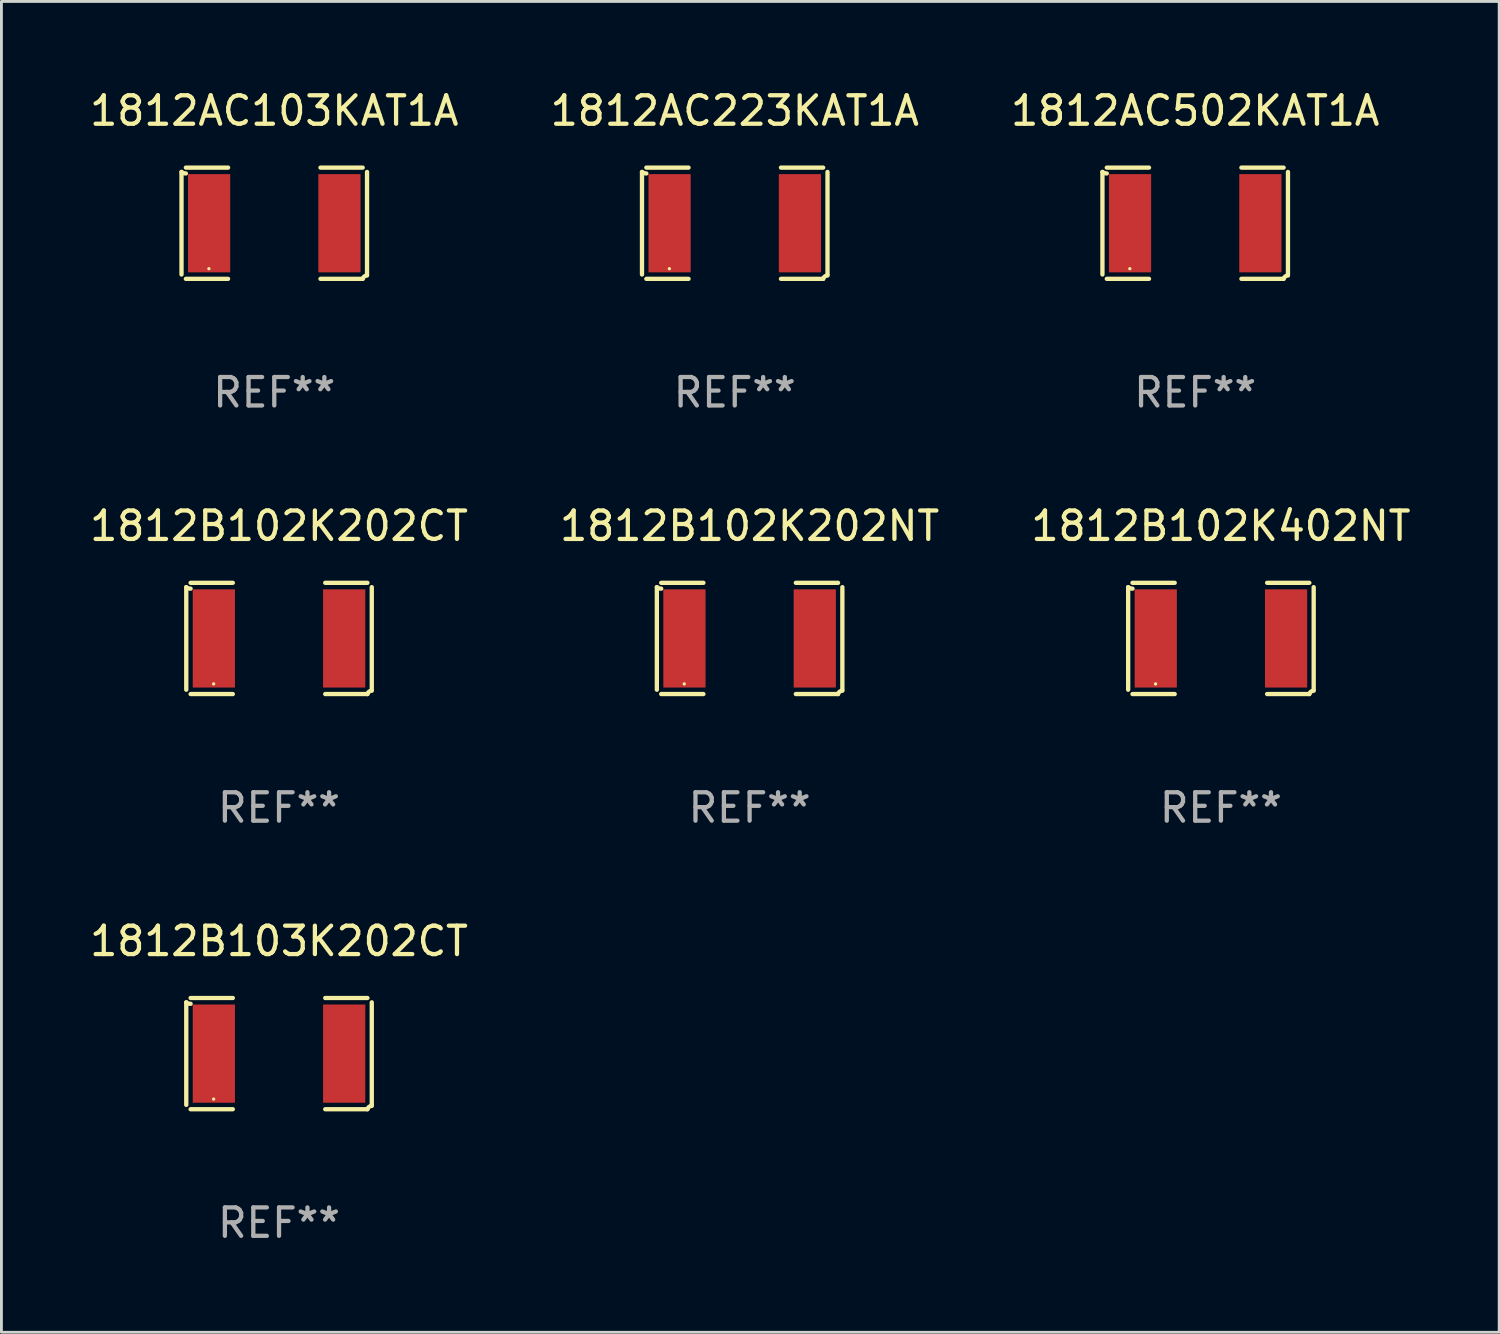
<source format=kicad_pcb>
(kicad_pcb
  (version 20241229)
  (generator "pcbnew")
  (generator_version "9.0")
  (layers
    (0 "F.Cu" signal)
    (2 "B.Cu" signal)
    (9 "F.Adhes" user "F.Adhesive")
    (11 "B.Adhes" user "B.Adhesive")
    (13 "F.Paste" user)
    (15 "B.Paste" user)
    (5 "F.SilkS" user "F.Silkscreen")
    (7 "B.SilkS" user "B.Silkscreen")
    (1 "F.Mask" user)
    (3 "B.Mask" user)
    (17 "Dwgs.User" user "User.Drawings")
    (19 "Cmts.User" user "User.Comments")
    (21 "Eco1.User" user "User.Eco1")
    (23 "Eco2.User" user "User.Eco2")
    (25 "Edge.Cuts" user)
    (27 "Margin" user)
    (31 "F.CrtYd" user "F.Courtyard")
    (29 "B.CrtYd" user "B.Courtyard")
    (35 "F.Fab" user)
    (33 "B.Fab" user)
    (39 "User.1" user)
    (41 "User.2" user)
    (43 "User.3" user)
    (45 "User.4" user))
  (footprint "1812B102K202NT"
    (layer "F.Cu")
    (at 23.327 19.415)
    (property "Reference" "1812B102K202NT" (at 0 -3.957 0) (layer "F.SilkS") (effects (font (size 1 1) (thickness 0.15))))
    (attr through_hole)
    (fp_line (start -3.264 1.804) (end -3.264 -1.804) (stroke (width 0.152) (type solid)) (layer "F.SilkS"))
    (fp_line (start -3.111 -1.957) (end -1.626 -1.957) (stroke (width 0.152) (type solid)) (layer "F.SilkS"))
    (fp_line (start -1.626 1.957) (end -3.111 1.957) (stroke (width 0.152) (type solid)) (layer "F.SilkS"))
    (fp_line (start 1.626 1.957) (end 3.111 1.957) (stroke (width 0.152) (type solid)) (layer "F.SilkS"))
    (fp_line (start 3.111 -1.957) (end 1.626 -1.957) (stroke (width 0.152) (type solid)) (layer "F.SilkS"))
    (fp_line (start 3.264 1.804) (end 3.264 -1.804) (stroke (width 0.152) (type solid)) (layer "F.SilkS"))
    (fp_arc (start -3.111202 -1.752192) (mid -3.191715 -1.76555) (end -3.263602 -1.804191) (stroke (width 0.1524) (type solid)) (layer "F.SilkS"))
    (fp_arc (start 3.111201 1.956591) (mid 3.167789 1.872777) (end 3.263602 1.840424) (stroke (width 0.1524) (type solid)) (layer "F.SilkS"))
    (fp_circle (center -2.3 1.6) (end -2.27 1.6) (stroke (width 0.06) (type solid)) (fill no) (layer "F.SilkS"))
    (fp_text user "REF**" (at 0 5.957 0) (layer "F.Fab") (effects (font (size 1 1) (thickness 0.15))))
    (pad "1" smd rect (at -2.293 0) (size 1.485 3.456) (layers "F.Cu" "F.Mask" "F.Paste"))
    (pad "2" smd rect (at 2.293 0) (size 1.485 3.456) (layers "F.Cu" "F.Mask" "F.Paste")))
  (footprint "1812B102K202CT"
    (layer "F.Cu")
    (at 6.768 19.415)
    (property "Reference" "1812B102K202CT" (at 0 -3.957 0) (layer "F.SilkS") (effects (font (size 1 1) (thickness 0.15))))
    (attr through_hole)
    (fp_line (start -3.264 1.804) (end -3.264 -1.804) (stroke (width 0.152) (type solid)) (layer "F.SilkS"))
    (fp_line (start -3.111 -1.957) (end -1.626 -1.957) (stroke (width 0.152) (type solid)) (layer "F.SilkS"))
    (fp_line (start -1.626 1.957) (end -3.111 1.957) (stroke (width 0.152) (type solid)) (layer "F.SilkS"))
    (fp_line (start 1.626 1.957) (end 3.111 1.957) (stroke (width 0.152) (type solid)) (layer "F.SilkS"))
    (fp_line (start 3.111 -1.957) (end 1.626 -1.957) (stroke (width 0.152) (type solid)) (layer "F.SilkS"))
    (fp_line (start 3.264 1.804) (end 3.264 -1.804) (stroke (width 0.152) (type solid)) (layer "F.SilkS"))
    (fp_arc (start -3.111202 -1.752192) (mid -3.191715 -1.76555) (end -3.263602 -1.804191) (stroke (width 0.1524) (type solid)) (layer "F.SilkS"))
    (fp_arc (start 3.111201 1.956591) (mid 3.167789 1.872777) (end 3.263602 1.840424) (stroke (width 0.1524) (type solid)) (layer "F.SilkS"))
    (fp_circle (center -2.3 1.6) (end -2.27 1.6) (stroke (width 0.06) (type solid)) (fill no) (layer "F.SilkS"))
    (fp_text user "REF**" (at 0 5.957 0) (layer "F.Fab") (effects (font (size 1 1) (thickness 0.15))))
    (pad "1" smd rect (at -2.293 0) (size 1.485 3.456) (layers "F.Cu" "F.Mask" "F.Paste"))
    (pad "2" smd rect (at 2.293 0) (size 1.485 3.456) (layers "F.Cu" "F.Mask" "F.Paste")))
  (footprint "1812AC223KAT1A"
    (layer "F.Cu")
    (at 22.804 4.805)
    (property "Reference" "1812AC223KAT1A" (at 0 -3.957 0) (layer "F.SilkS") (effects (font (size 1 1) (thickness 0.15))))
    (attr through_hole)
    (fp_line (start -3.264 1.804) (end -3.264 -1.804) (stroke (width 0.152) (type solid)) (layer "F.SilkS"))
    (fp_line (start -3.111 -1.957) (end -1.626 -1.957) (stroke (width 0.152) (type solid)) (layer "F.SilkS"))
    (fp_line (start -1.626 1.957) (end -3.111 1.957) (stroke (width 0.152) (type solid)) (layer "F.SilkS"))
    (fp_line (start 1.626 1.957) (end 3.111 1.957) (stroke (width 0.152) (type solid)) (layer "F.SilkS"))
    (fp_line (start 3.111 -1.957) (end 1.626 -1.957) (stroke (width 0.152) (type solid)) (layer "F.SilkS"))
    (fp_line (start 3.264 1.804) (end 3.264 -1.804) (stroke (width 0.152) (type solid)) (layer "F.SilkS"))
    (fp_arc (start -3.111202 -1.752192) (mid -3.191715 -1.76555) (end -3.263602 -1.804191) (stroke (width 0.1524) (type solid)) (layer "F.SilkS"))
    (fp_arc (start 3.111201 1.956591) (mid 3.167789 1.872777) (end 3.263602 1.840424) (stroke (width 0.1524) (type solid)) (layer "F.SilkS"))
    (fp_circle (center -2.3 1.6) (end -2.27 1.6) (stroke (width 0.06) (type solid)) (fill no) (layer "F.SilkS"))
    (fp_text user "REF**" (at 0 5.957 0) (layer "F.Fab") (effects (font (size 1 1) (thickness 0.15))))
    (pad "1" smd rect (at -2.293 0) (size 1.485 3.456) (layers "F.Cu" "F.Mask" "F.Paste"))
    (pad "2" smd rect (at 2.293 0) (size 1.485 3.456) (layers "F.Cu" "F.Mask" "F.Paste")))
  (footprint "1812AC502KAT1A"
    (layer "F.Cu")
    (at 39.006 4.805)
    (property "Reference" "1812AC502KAT1A" (at 0 -3.957 0) (layer "F.SilkS") (effects (font (size 1 1) (thickness 0.15))))
    (attr through_hole)
    (fp_line (start -3.264 1.804) (end -3.264 -1.804) (stroke (width 0.152) (type solid)) (layer "F.SilkS"))
    (fp_line (start -3.111 -1.957) (end -1.626 -1.957) (stroke (width 0.152) (type solid)) (layer "F.SilkS"))
    (fp_line (start -1.626 1.957) (end -3.111 1.957) (stroke (width 0.152) (type solid)) (layer "F.SilkS"))
    (fp_line (start 1.626 1.957) (end 3.111 1.957) (stroke (width 0.152) (type solid)) (layer "F.SilkS"))
    (fp_line (start 3.111 -1.957) (end 1.626 -1.957) (stroke (width 0.152) (type solid)) (layer "F.SilkS"))
    (fp_line (start 3.264 1.804) (end 3.264 -1.804) (stroke (width 0.152) (type solid)) (layer "F.SilkS"))
    (fp_arc (start -3.111202 -1.752192) (mid -3.191715 -1.76555) (end -3.263602 -1.804191) (stroke (width 0.1524) (type solid)) (layer "F.SilkS"))
    (fp_arc (start 3.111201 1.956591) (mid 3.167789 1.872777) (end 3.263602 1.840424) (stroke (width 0.1524) (type solid)) (layer "F.SilkS"))
    (fp_circle (center -2.3 1.6) (end -2.27 1.6) (stroke (width 0.06) (type solid)) (fill no) (layer "F.SilkS"))
    (fp_text user "REF**" (at 0 5.957 0) (layer "F.Fab") (effects (font (size 1 1) (thickness 0.15))))
    (pad "1" smd rect (at -2.293 0) (size 1.485 3.456) (layers "F.Cu" "F.Mask" "F.Paste"))
    (pad "2" smd rect (at 2.293 0) (size 1.485 3.456) (layers "F.Cu" "F.Mask" "F.Paste")))
  (footprint "1812B103K202CT"
    (layer "F.Cu")
    (at 6.768 34.024)
    (property "Reference" "1812B103K202CT" (at 0 -3.957 0) (layer "F.SilkS") (effects (font (size 1 1) (thickness 0.15))))
    (attr through_hole)
    (fp_line (start -3.264 1.804) (end -3.264 -1.804) (stroke (width 0.152) (type solid)) (layer "F.SilkS"))
    (fp_line (start -3.111 -1.957) (end -1.626 -1.957) (stroke (width 0.152) (type solid)) (layer "F.SilkS"))
    (fp_line (start -1.626 1.957) (end -3.111 1.957) (stroke (width 0.152) (type solid)) (layer "F.SilkS"))
    (fp_line (start 1.626 1.957) (end 3.111 1.957) (stroke (width 0.152) (type solid)) (layer "F.SilkS"))
    (fp_line (start 3.111 -1.957) (end 1.626 -1.957) (stroke (width 0.152) (type solid)) (layer "F.SilkS"))
    (fp_line (start 3.264 1.804) (end 3.264 -1.804) (stroke (width 0.152) (type solid)) (layer "F.SilkS"))
    (fp_arc (start -3.111202 -1.752192) (mid -3.191715 -1.76555) (end -3.263602 -1.804191) (stroke (width 0.1524) (type solid)) (layer "F.SilkS"))
    (fp_arc (start 3.111201 1.956591) (mid 3.167789 1.872777) (end 3.263602 1.840424) (stroke (width 0.1524) (type solid)) (layer "F.SilkS"))
    (fp_circle (center -2.3 1.6) (end -2.27 1.6) (stroke (width 0.06) (type solid)) (fill no) (layer "F.SilkS"))
    (fp_text user "REF**" (at 0 5.957 0) (layer "F.Fab") (effects (font (size 1 1) (thickness 0.15))))
    (pad "1" smd rect (at -2.293 0) (size 1.485 3.456) (layers "F.Cu" "F.Mask" "F.Paste"))
    (pad "2" smd rect (at 2.293 0) (size 1.485 3.456) (layers "F.Cu" "F.Mask" "F.Paste")))
  (footprint "1812B102K402NT"
    (layer "F.Cu")
    (at 39.911 19.415)
    (property "Reference" "1812B102K402NT" (at 0 -3.957 0) (layer "F.SilkS") (effects (font (size 1 1) (thickness 0.15))))
    (attr through_hole)
    (fp_line (start -3.264 1.804) (end -3.264 -1.804) (stroke (width 0.152) (type solid)) (layer "F.SilkS"))
    (fp_line (start -3.111 -1.957) (end -1.626 -1.957) (stroke (width 0.152) (type solid)) (layer "F.SilkS"))
    (fp_line (start -1.626 1.957) (end -3.111 1.957) (stroke (width 0.152) (type solid)) (layer "F.SilkS"))
    (fp_line (start 1.626 1.957) (end 3.111 1.957) (stroke (width 0.152) (type solid)) (layer "F.SilkS"))
    (fp_line (start 3.111 -1.957) (end 1.626 -1.957) (stroke (width 0.152) (type solid)) (layer "F.SilkS"))
    (fp_line (start 3.264 1.804) (end 3.264 -1.804) (stroke (width 0.152) (type solid)) (layer "F.SilkS"))
    (fp_arc (start -3.111202 -1.752192) (mid -3.191715 -1.76555) (end -3.263602 -1.804191) (stroke (width 0.1524) (type solid)) (layer "F.SilkS"))
    (fp_arc (start 3.111201 1.956591) (mid 3.167789 1.872777) (end 3.263602 1.840424) (stroke (width 0.1524) (type solid)) (layer "F.SilkS"))
    (fp_circle (center -2.3 1.6) (end -2.27 1.6) (stroke (width 0.06) (type solid)) (fill no) (layer "F.SilkS"))
    (fp_text user "REF**" (at 0 5.957 0) (layer "F.Fab") (effects (font (size 1 1) (thickness 0.15))))
    (pad "1" smd rect (at -2.293 0) (size 1.485 3.456) (layers "F.Cu" "F.Mask" "F.Paste"))
    (pad "2" smd rect (at 2.293 0) (size 1.485 3.456) (layers "F.Cu" "F.Mask" "F.Paste")))
  (footprint "1812AC103KAT1A"
    (layer "F.Cu")
    (at 6.601 4.805)
    (property "Reference" "1812AC103KAT1A" (at 0 -3.957 0) (layer "F.SilkS") (effects (font (size 1 1) (thickness 0.15))))
    (attr through_hole)
    (fp_line (start -3.264 1.804) (end -3.264 -1.804) (stroke (width 0.152) (type solid)) (layer "F.SilkS"))
    (fp_line (start -3.111 -1.957) (end -1.626 -1.957) (stroke (width 0.152) (type solid)) (layer "F.SilkS"))
    (fp_line (start -1.626 1.957) (end -3.111 1.957) (stroke (width 0.152) (type solid)) (layer "F.SilkS"))
    (fp_line (start 1.626 1.957) (end 3.111 1.957) (stroke (width 0.152) (type solid)) (layer "F.SilkS"))
    (fp_line (start 3.111 -1.957) (end 1.626 -1.957) (stroke (width 0.152) (type solid)) (layer "F.SilkS"))
    (fp_line (start 3.264 1.804) (end 3.264 -1.804) (stroke (width 0.152) (type solid)) (layer "F.SilkS"))
    (fp_arc (start -3.111202 -1.752192) (mid -3.191715 -1.76555) (end -3.263602 -1.804191) (stroke (width 0.1524) (type solid)) (layer "F.SilkS"))
    (fp_arc (start 3.111201 1.956591) (mid 3.167789 1.872777) (end 3.263602 1.840424) (stroke (width 0.1524) (type solid)) (layer "F.SilkS"))
    (fp_circle (center -2.3 1.6) (end -2.27 1.6) (stroke (width 0.06) (type solid)) (fill no) (layer "F.SilkS"))
    (fp_text user "REF**" (at 0 5.957 0) (layer "F.Fab") (effects (font (size 1 1) (thickness 0.15))))
    (pad "1" smd rect (at -2.293 0) (size 1.485 3.456) (layers "F.Cu" "F.Mask" "F.Paste"))
    (pad "2" smd rect (at 2.293 0) (size 1.485 3.456) (layers "F.Cu" "F.Mask" "F.Paste")))
  (gr_rect
    (start -3 -3)
    (end 49.702 43.829)
    (stroke (width 0.1) (type default))
    (fill no)
    (layer "Edge.Cuts")))
</source>
